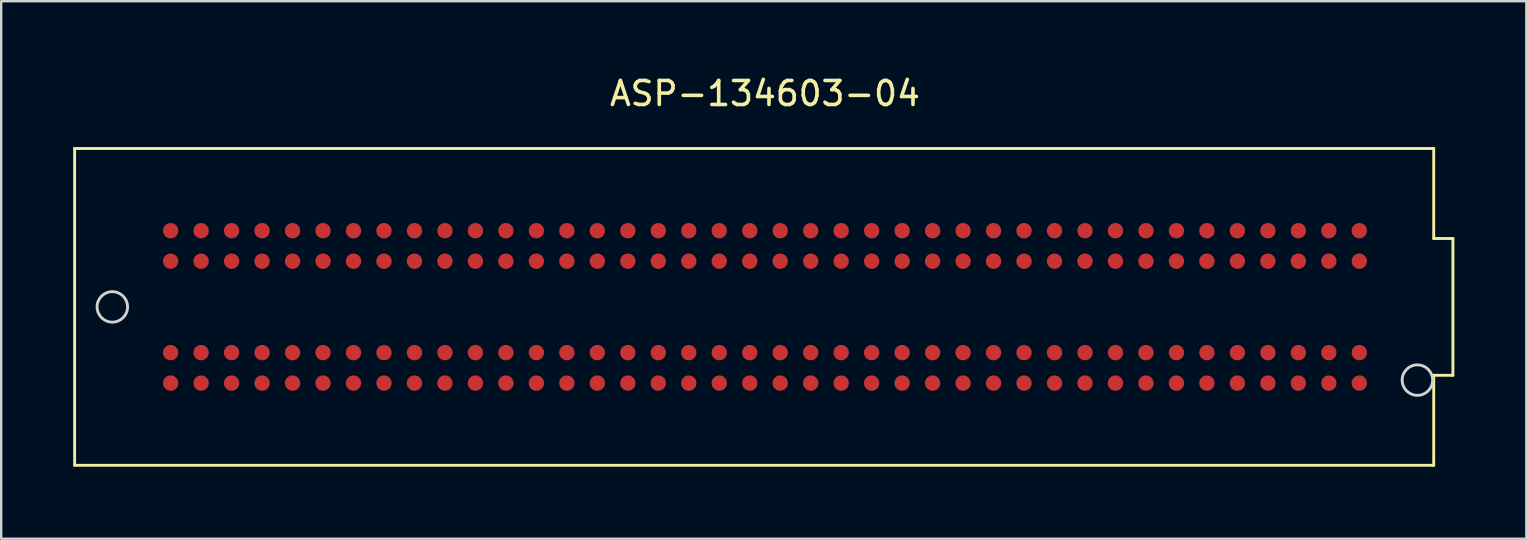
<source format=kicad_pcb>
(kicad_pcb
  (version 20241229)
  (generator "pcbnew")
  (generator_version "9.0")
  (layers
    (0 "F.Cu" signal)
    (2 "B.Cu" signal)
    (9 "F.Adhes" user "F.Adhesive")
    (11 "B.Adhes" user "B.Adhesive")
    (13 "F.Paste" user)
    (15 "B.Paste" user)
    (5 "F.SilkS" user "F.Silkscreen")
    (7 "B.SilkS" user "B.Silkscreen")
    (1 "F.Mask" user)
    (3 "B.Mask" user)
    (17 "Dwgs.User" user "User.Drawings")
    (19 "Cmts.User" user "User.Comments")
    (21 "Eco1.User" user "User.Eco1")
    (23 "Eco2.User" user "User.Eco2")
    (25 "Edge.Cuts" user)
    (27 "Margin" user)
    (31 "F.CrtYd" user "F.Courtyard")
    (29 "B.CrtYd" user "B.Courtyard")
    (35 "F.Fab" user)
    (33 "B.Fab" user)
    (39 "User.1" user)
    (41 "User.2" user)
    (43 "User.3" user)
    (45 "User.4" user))
  (footprint "ASP-134603-04"
    (layer "F.Cu")
    (at 28.825 9.738)
    (property "Reference" "ASP-134603-04" (at 0 -8.89 0) (layer "F.SilkS") (effects (font (size 1 1) (thickness 0.15))))
    (attr through_hole)
    (fp_line (start -28.765 -6.6) (end -28.765 6.6) (stroke (width 0.12) (type solid)) (layer "F.SilkS"))
    (fp_line (start -28.765 6.6) (end 27.865 6.6) (stroke (width 0.12) (type solid)) (layer "F.SilkS"))
    (fp_line (start 27.865 -6.6) (end -28.765 -6.6) (stroke (width 0.12) (type solid)) (layer "F.SilkS"))
    (fp_line (start 27.865 -2.85) (end 27.865 -6.6) (stroke (width 0.12) (type solid)) (layer "F.SilkS"))
    (fp_line (start 27.865 2.85) (end 28.665 2.85) (stroke (width 0.12) (type solid)) (layer "F.SilkS"))
    (fp_line (start 27.865 6.6) (end 27.865 2.85) (stroke (width 0.12) (type solid)) (layer "F.SilkS"))
    (fp_line (start 28.665 -2.85) (end 27.865 -2.85) (stroke (width 0.12) (type solid)) (layer "F.SilkS"))
    (fp_line (start 28.665 -2.85) (end 28.665 2.85) (stroke (width 0.12) (type solid)) (layer "F.SilkS"))
    (fp_circle (center -27.195 0) (end -26.56 0) (stroke (width 0.12) (type solid)) (fill no) (layer "Edge.Cuts"))
    (fp_circle (center 27.185 3.05) (end 27.82 3.05) (stroke (width 0.12) (type solid)) (fill no) (layer "Edge.Cuts"))
    (pad "C1" smd circle (at 24.765 -3.175) (size 0.64 0.64) (layers "F.Cu" "F.Mask" "F.Paste"))
    (pad "C2" smd circle (at 23.495 -3.175) (size 0.64 0.64) (layers "F.Cu" "F.Mask" "F.Paste"))
    (pad "C3" smd circle (at 22.225 -3.175) (size 0.64 0.64) (layers "F.Cu" "F.Mask" "F.Paste"))
    (pad "C4" smd circle (at 20.955 -3.175) (size 0.64 0.64) (layers "F.Cu" "F.Mask" "F.Paste"))
    (pad "C5" smd circle (at 19.685 -3.175) (size 0.64 0.64) (layers "F.Cu" "F.Mask" "F.Paste"))
    (pad "C6" smd circle (at 18.415 -3.175) (size 0.64 0.64) (layers "F.Cu" "F.Mask" "F.Paste"))
    (pad "C7" smd circle (at 17.145 -3.175) (size 0.64 0.64) (layers "F.Cu" "F.Mask" "F.Paste"))
    (pad "C8" smd circle (at 15.875 -3.175) (size 0.64 0.64) (layers "F.Cu" "F.Mask" "F.Paste"))
    (pad "C9" smd circle (at 14.605 -3.175) (size 0.64 0.64) (layers "F.Cu" "F.Mask" "F.Paste"))
    (pad "C10" smd circle (at 13.335 -3.175) (size 0.64 0.64) (layers "F.Cu" "F.Mask" "F.Paste"))
    (pad "C11" smd circle (at 12.065 -3.175) (size 0.64 0.64) (layers "F.Cu" "F.Mask" "F.Paste"))
    (pad "C12" smd circle (at 10.795 -3.175) (size 0.64 0.64) (layers "F.Cu" "F.Mask" "F.Paste"))
    (pad "C13" smd circle (at 9.525 -3.175) (size 0.64 0.64) (layers "F.Cu" "F.Mask" "F.Paste"))
    (pad "C14" smd circle (at 8.255 -3.175) (size 0.64 0.64) (layers "F.Cu" "F.Mask" "F.Paste"))
    (pad "C15" smd circle (at 6.985 -3.175) (size 0.64 0.64) (layers "F.Cu" "F.Mask" "F.Paste"))
    (pad "C16" smd circle (at 5.715 -3.175) (size 0.64 0.64) (layers "F.Cu" "F.Mask" "F.Paste"))
    (pad "C17" smd circle (at 4.445 -3.175) (size 0.64 0.64) (layers "F.Cu" "F.Mask" "F.Paste"))
    (pad "C18" smd circle (at 3.175 -3.175) (size 0.64 0.64) (layers "F.Cu" "F.Mask" "F.Paste"))
    (pad "C19" smd circle (at 1.905 -3.175) (size 0.64 0.64) (layers "F.Cu" "F.Mask" "F.Paste"))
    (pad "C20" smd circle (at 0.635 -3.175) (size 0.64 0.64) (layers "F.Cu" "F.Mask" "F.Paste"))
    (pad "C21" smd circle (at -0.635 -3.175) (size 0.64 0.64) (layers "F.Cu" "F.Mask" "F.Paste"))
    (pad "C22" smd circle (at -1.905 -3.175) (size 0.64 0.64) (layers "F.Cu" "F.Mask" "F.Paste"))
    (pad "C23" smd circle (at -3.175 -3.175) (size 0.64 0.64) (layers "F.Cu" "F.Mask" "F.Paste"))
    (pad "C24" smd circle (at -4.445 -3.175) (size 0.64 0.64) (layers "F.Cu" "F.Mask" "F.Paste"))
    (pad "C25" smd circle (at -5.715 -3.175) (size 0.64 0.64) (layers "F.Cu" "F.Mask" "F.Paste"))
    (pad "C26" smd circle (at -6.985 -3.175) (size 0.64 0.64) (layers "F.Cu" "F.Mask" "F.Paste"))
    (pad "C27" smd circle (at -8.255 -3.175) (size 0.64 0.64) (layers "F.Cu" "F.Mask" "F.Paste"))
    (pad "C28" smd circle (at -9.525 -3.175) (size 0.64 0.64) (layers "F.Cu" "F.Mask" "F.Paste"))
    (pad "C29" smd circle (at -10.795 -3.175) (size 0.64 0.64) (layers "F.Cu" "F.Mask" "F.Paste"))
    (pad "C30" smd circle (at -12.065 -3.175) (size 0.64 0.64) (layers "F.Cu" "F.Mask" "F.Paste"))
    (pad "C31" smd circle (at -13.335 -3.175) (size 0.64 0.64) (layers "F.Cu" "F.Mask" "F.Paste"))
    (pad "C32" smd circle (at -14.605 -3.175) (size 0.64 0.64) (layers "F.Cu" "F.Mask" "F.Paste"))
    (pad "C33" smd circle (at -15.875 -3.175) (size 0.64 0.64) (layers "F.Cu" "F.Mask" "F.Paste"))
    (pad "C34" smd circle (at -17.145 -3.175) (size 0.64 0.64) (layers "F.Cu" "F.Mask" "F.Paste"))
    (pad "C35" smd circle (at -18.415 -3.175) (size 0.64 0.64) (layers "F.Cu" "F.Mask" "F.Paste"))
    (pad "C36" smd circle (at -19.685 -3.175) (size 0.64 0.64) (layers "F.Cu" "F.Mask" "F.Paste"))
    (pad "C37" smd circle (at -20.955 -3.175) (size 0.64 0.64) (layers "F.Cu" "F.Mask" "F.Paste"))
    (pad "C38" smd circle (at -22.225 -3.175) (size 0.64 0.64) (layers "F.Cu" "F.Mask" "F.Paste"))
    (pad "C39" smd circle (at -23.495 -3.175) (size 0.64 0.64) (layers "F.Cu" "F.Mask" "F.Paste"))
    (pad "C40" smd circle (at -24.765 -3.175) (size 0.64 0.64) (layers "F.Cu" "F.Mask" "F.Paste"))
    (pad "D1" smd circle (at 24.765 -1.905) (size 0.64 0.64) (layers "F.Cu" "F.Mask" "F.Paste"))
    (pad "D2" smd circle (at 23.495 -1.905) (size 0.64 0.64) (layers "F.Cu" "F.Mask" "F.Paste"))
    (pad "D3" smd circle (at 22.225 -1.905) (size 0.64 0.64) (layers "F.Cu" "F.Mask" "F.Paste"))
    (pad "D4" smd circle (at 20.955 -1.905) (size 0.64 0.64) (layers "F.Cu" "F.Mask" "F.Paste"))
    (pad "D5" smd circle (at 19.685 -1.905) (size 0.64 0.64) (layers "F.Cu" "F.Mask" "F.Paste"))
    (pad "D6" smd circle (at 18.415 -1.905) (size 0.64 0.64) (layers "F.Cu" "F.Mask" "F.Paste"))
    (pad "D7" smd circle (at 17.145 -1.905) (size 0.64 0.64) (layers "F.Cu" "F.Mask" "F.Paste"))
    (pad "D8" smd circle (at 15.875 -1.905) (size 0.64 0.64) (layers "F.Cu" "F.Mask" "F.Paste"))
    (pad "D9" smd circle (at 14.605 -1.905) (size 0.64 0.64) (layers "F.Cu" "F.Mask" "F.Paste"))
    (pad "D10" smd circle (at 13.335 -1.905) (size 0.64 0.64) (layers "F.Cu" "F.Mask" "F.Paste"))
    (pad "D11" smd circle (at 12.065 -1.905) (size 0.64 0.64) (layers "F.Cu" "F.Mask" "F.Paste"))
    (pad "D12" smd circle (at 10.795 -1.905) (size 0.64 0.64) (layers "F.Cu" "F.Mask" "F.Paste"))
    (pad "D13" smd circle (at 9.525 -1.905) (size 0.64 0.64) (layers "F.Cu" "F.Mask" "F.Paste"))
    (pad "D14" smd circle (at 8.255 -1.905) (size 0.64 0.64) (layers "F.Cu" "F.Mask" "F.Paste"))
    (pad "D15" smd circle (at 6.985 -1.905) (size 0.64 0.64) (layers "F.Cu" "F.Mask" "F.Paste"))
    (pad "D16" smd circle (at 5.715 -1.905) (size 0.64 0.64) (layers "F.Cu" "F.Mask" "F.Paste"))
    (pad "D17" smd circle (at 4.445 -1.905) (size 0.64 0.64) (layers "F.Cu" "F.Mask" "F.Paste"))
    (pad "D18" smd circle (at 3.175 -1.905) (size 0.64 0.64) (layers "F.Cu" "F.Mask" "F.Paste"))
    (pad "D19" smd circle (at 1.905 -1.905) (size 0.64 0.64) (layers "F.Cu" "F.Mask" "F.Paste"))
    (pad "D20" smd circle (at 0.635 -1.905) (size 0.64 0.64) (layers "F.Cu" "F.Mask" "F.Paste"))
    (pad "D21" smd circle (at -0.635 -1.905) (size 0.64 0.64) (layers "F.Cu" "F.Mask" "F.Paste"))
    (pad "D22" smd circle (at -1.905 -1.905) (size 0.64 0.64) (layers "F.Cu" "F.Mask" "F.Paste"))
    (pad "D23" smd circle (at -3.175 -1.905) (size 0.64 0.64) (layers "F.Cu" "F.Mask" "F.Paste"))
    (pad "D24" smd circle (at -4.445 -1.905) (size 0.64 0.64) (layers "F.Cu" "F.Mask" "F.Paste"))
    (pad "D25" smd circle (at -5.715 -1.905) (size 0.64 0.64) (layers "F.Cu" "F.Mask" "F.Paste"))
    (pad "D26" smd circle (at -6.985 -1.905) (size 0.64 0.64) (layers "F.Cu" "F.Mask" "F.Paste"))
    (pad "D27" smd circle (at -8.255 -1.905) (size 0.64 0.64) (layers "F.Cu" "F.Mask" "F.Paste"))
    (pad "D28" smd circle (at -9.525 -1.905) (size 0.64 0.64) (layers "F.Cu" "F.Mask" "F.Paste"))
    (pad "D29" smd circle (at -10.795 -1.905) (size 0.64 0.64) (layers "F.Cu" "F.Mask" "F.Paste"))
    (pad "D30" smd circle (at -12.065 -1.905) (size 0.64 0.64) (layers "F.Cu" "F.Mask" "F.Paste"))
    (pad "D31" smd circle (at -13.335 -1.905) (size 0.64 0.64) (layers "F.Cu" "F.Mask" "F.Paste"))
    (pad "D32" smd circle (at -14.605 -1.905) (size 0.64 0.64) (layers "F.Cu" "F.Mask" "F.Paste"))
    (pad "D33" smd circle (at -15.875 -1.905) (size 0.64 0.64) (layers "F.Cu" "F.Mask" "F.Paste"))
    (pad "D34" smd circle (at -17.145 -1.905) (size 0.64 0.64) (layers "F.Cu" "F.Mask" "F.Paste"))
    (pad "D35" smd circle (at -18.415 -1.905) (size 0.64 0.64) (layers "F.Cu" "F.Mask" "F.Paste"))
    (pad "D36" smd circle (at -19.685 -1.905) (size 0.64 0.64) (layers "F.Cu" "F.Mask" "F.Paste"))
    (pad "D37" smd circle (at -20.955 -1.905) (size 0.64 0.64) (layers "F.Cu" "F.Mask" "F.Paste"))
    (pad "D38" smd circle (at -22.225 -1.905) (size 0.64 0.64) (layers "F.Cu" "F.Mask" "F.Paste"))
    (pad "D39" smd circle (at -23.495 -1.905) (size 0.64 0.64) (layers "F.Cu" "F.Mask" "F.Paste"))
    (pad "D40" smd circle (at -24.765 -1.905) (size 0.64 0.64) (layers "F.Cu" "F.Mask" "F.Paste"))
    (pad "G1" smd circle (at 24.765 1.905) (size 0.64 0.64) (layers "F.Cu" "F.Mask" "F.Paste"))
    (pad "G2" smd circle (at 23.495 1.905) (size 0.64 0.64) (layers "F.Cu" "F.Mask" "F.Paste"))
    (pad "G3" smd circle (at 22.225 1.905) (size 0.64 0.64) (layers "F.Cu" "F.Mask" "F.Paste"))
    (pad "G4" smd circle (at 20.955 1.905) (size 0.64 0.64) (layers "F.Cu" "F.Mask" "F.Paste"))
    (pad "G5" smd circle (at 19.685 1.905) (size 0.64 0.64) (layers "F.Cu" "F.Mask" "F.Paste"))
    (pad "G6" smd circle (at 18.415 1.905) (size 0.64 0.64) (layers "F.Cu" "F.Mask" "F.Paste"))
    (pad "G7" smd circle (at 17.145 1.905) (size 0.64 0.64) (layers "F.Cu" "F.Mask" "F.Paste"))
    (pad "G8" smd circle (at 15.875 1.905) (size 0.64 0.64) (layers "F.Cu" "F.Mask" "F.Paste"))
    (pad "G9" smd circle (at 14.605 1.905) (size 0.64 0.64) (layers "F.Cu" "F.Mask" "F.Paste"))
    (pad "G10" smd circle (at 13.335 1.905) (size 0.64 0.64) (layers "F.Cu" "F.Mask" "F.Paste"))
    (pad "G11" smd circle (at 12.065 1.905) (size 0.64 0.64) (layers "F.Cu" "F.Mask" "F.Paste"))
    (pad "G12" smd circle (at 10.795 1.905) (size 0.64 0.64) (layers "F.Cu" "F.Mask" "F.Paste"))
    (pad "G13" smd circle (at 9.525 1.905) (size 0.64 0.64) (layers "F.Cu" "F.Mask" "F.Paste"))
    (pad "G14" smd circle (at 8.255 1.905) (size 0.64 0.64) (layers "F.Cu" "F.Mask" "F.Paste"))
    (pad "G15" smd circle (at 6.985 1.905) (size 0.64 0.64) (layers "F.Cu" "F.Mask" "F.Paste"))
    (pad "G16" smd circle (at 5.715 1.905) (size 0.64 0.64) (layers "F.Cu" "F.Mask" "F.Paste"))
    (pad "G17" smd circle (at 4.445 1.905) (size 0.64 0.64) (layers "F.Cu" "F.Mask" "F.Paste"))
    (pad "G18" smd circle (at 3.175 1.905) (size 0.64 0.64) (layers "F.Cu" "F.Mask" "F.Paste"))
    (pad "G19" smd circle (at 1.905 1.905) (size 0.64 0.64) (layers "F.Cu" "F.Mask" "F.Paste"))
    (pad "G20" smd circle (at 0.635 1.905) (size 0.64 0.64) (layers "F.Cu" "F.Mask" "F.Paste"))
    (pad "G21" smd circle (at -0.635 1.905) (size 0.64 0.64) (layers "F.Cu" "F.Mask" "F.Paste"))
    (pad "G22" smd circle (at -1.905 1.905) (size 0.64 0.64) (layers "F.Cu" "F.Mask" "F.Paste"))
    (pad "G23" smd circle (at -3.175 1.905) (size 0.64 0.64) (layers "F.Cu" "F.Mask" "F.Paste"))
    (pad "G24" smd circle (at -4.445 1.905) (size 0.64 0.64) (layers "F.Cu" "F.Mask" "F.Paste"))
    (pad "G25" smd circle (at -5.715 1.905) (size 0.64 0.64) (layers "F.Cu" "F.Mask" "F.Paste"))
    (pad "G26" smd circle (at -6.985 1.905) (size 0.64 0.64) (layers "F.Cu" "F.Mask" "F.Paste"))
    (pad "G27" smd circle (at -8.255 1.905) (size 0.64 0.64) (layers "F.Cu" "F.Mask" "F.Paste"))
    (pad "G28" smd circle (at -9.525 1.905) (size 0.64 0.64) (layers "F.Cu" "F.Mask" "F.Paste"))
    (pad "G29" smd circle (at -10.795 1.905) (size 0.64 0.64) (layers "F.Cu" "F.Mask" "F.Paste"))
    (pad "G30" smd circle (at -12.065 1.905) (size 0.64 0.64) (layers "F.Cu" "F.Mask" "F.Paste"))
    (pad "G31" smd circle (at -13.335 1.905) (size 0.64 0.64) (layers "F.Cu" "F.Mask" "F.Paste"))
    (pad "G32" smd circle (at -14.605 1.905) (size 0.64 0.64) (layers "F.Cu" "F.Mask" "F.Paste"))
    (pad "G33" smd circle (at -15.875 1.905) (size 0.64 0.64) (layers "F.Cu" "F.Mask" "F.Paste"))
    (pad "G34" smd circle (at -17.145 1.905) (size 0.64 0.64) (layers "F.Cu" "F.Mask" "F.Paste"))
    (pad "G35" smd circle (at -18.415 1.905) (size 0.64 0.64) (layers "F.Cu" "F.Mask" "F.Paste"))
    (pad "G36" smd circle (at -19.685 1.905) (size 0.64 0.64) (layers "F.Cu" "F.Mask" "F.Paste"))
    (pad "G37" smd circle (at -20.955 1.905) (size 0.64 0.64) (layers "F.Cu" "F.Mask" "F.Paste"))
    (pad "G38" smd circle (at -22.225 1.905) (size 0.64 0.64) (layers "F.Cu" "F.Mask" "F.Paste"))
    (pad "G39" smd circle (at -23.495 1.905) (size 0.64 0.64) (layers "F.Cu" "F.Mask" "F.Paste"))
    (pad "G40" smd circle (at -24.765 1.905) (size 0.64 0.64) (layers "F.Cu" "F.Mask" "F.Paste"))
    (pad "H1" smd circle (at 24.765 3.175) (size 0.64 0.64) (layers "F.Cu" "F.Mask" "F.Paste"))
    (pad "H2" smd circle (at 23.495 3.175) (size 0.64 0.64) (layers "F.Cu" "F.Mask" "F.Paste"))
    (pad "H3" smd circle (at 22.225 3.175) (size 0.64 0.64) (layers "F.Cu" "F.Mask" "F.Paste"))
    (pad "H4" smd circle (at 20.955 3.175) (size 0.64 0.64) (layers "F.Cu" "F.Mask" "F.Paste"))
    (pad "H5" smd circle (at 19.685 3.175) (size 0.64 0.64) (layers "F.Cu" "F.Mask" "F.Paste"))
    (pad "H6" smd circle (at 18.415 3.175) (size 0.64 0.64) (layers "F.Cu" "F.Mask" "F.Paste"))
    (pad "H7" smd circle (at 17.145 3.175) (size 0.64 0.64) (layers "F.Cu" "F.Mask" "F.Paste"))
    (pad "H8" smd circle (at 15.875 3.175) (size 0.64 0.64) (layers "F.Cu" "F.Mask" "F.Paste"))
    (pad "H9" smd circle (at 14.605 3.175) (size 0.64 0.64) (layers "F.Cu" "F.Mask" "F.Paste"))
    (pad "H10" smd circle (at 13.335 3.175) (size 0.64 0.64) (layers "F.Cu" "F.Mask" "F.Paste"))
    (pad "H11" smd circle (at 12.065 3.175) (size 0.64 0.64) (layers "F.Cu" "F.Mask" "F.Paste"))
    (pad "H12" smd circle (at 10.795 3.175) (size 0.64 0.64) (layers "F.Cu" "F.Mask" "F.Paste"))
    (pad "H13" smd circle (at 9.525 3.175) (size 0.64 0.64) (layers "F.Cu" "F.Mask" "F.Paste"))
    (pad "H14" smd circle (at 8.255 3.175) (size 0.64 0.64) (layers "F.Cu" "F.Mask" "F.Paste"))
    (pad "H15" smd circle (at 6.985 3.175) (size 0.64 0.64) (layers "F.Cu" "F.Mask" "F.Paste"))
    (pad "H16" smd circle (at 5.715 3.175) (size 0.64 0.64) (layers "F.Cu" "F.Mask" "F.Paste"))
    (pad "H17" smd circle (at 4.445 3.175) (size 0.64 0.64) (layers "F.Cu" "F.Mask" "F.Paste"))
    (pad "H18" smd circle (at 3.175 3.175) (size 0.64 0.64) (layers "F.Cu" "F.Mask" "F.Paste"))
    (pad "H19" smd circle (at 1.905 3.175) (size 0.64 0.64) (layers "F.Cu" "F.Mask" "F.Paste"))
    (pad "H20" smd circle (at 0.635 3.175) (size 0.64 0.64) (layers "F.Cu" "F.Mask" "F.Paste"))
    (pad "H21" smd circle (at -0.635 3.175) (size 0.64 0.64) (layers "F.Cu" "F.Mask" "F.Paste"))
    (pad "H22" smd circle (at -1.905 3.175) (size 0.64 0.64) (layers "F.Cu" "F.Mask" "F.Paste"))
    (pad "H23" smd circle (at -3.175 3.175) (size 0.64 0.64) (layers "F.Cu" "F.Mask" "F.Paste"))
    (pad "H24" smd circle (at -4.445 3.175) (size 0.64 0.64) (layers "F.Cu" "F.Mask" "F.Paste"))
    (pad "H25" smd circle (at -5.715 3.175) (size 0.64 0.64) (layers "F.Cu" "F.Mask" "F.Paste"))
    (pad "H26" smd circle (at -6.985 3.175) (size 0.64 0.64) (layers "F.Cu" "F.Mask" "F.Paste"))
    (pad "H27" smd circle (at -8.255 3.175) (size 0.64 0.64) (layers "F.Cu" "F.Mask" "F.Paste"))
    (pad "H28" smd circle (at -9.525 3.175) (size 0.64 0.64) (layers "F.Cu" "F.Mask" "F.Paste"))
    (pad "H29" smd circle (at -10.795 3.175) (size 0.64 0.64) (layers "F.Cu" "F.Mask" "F.Paste"))
    (pad "H30" smd circle (at -12.065 3.175) (size 0.64 0.64) (layers "F.Cu" "F.Mask" "F.Paste"))
    (pad "H31" smd circle (at -13.335 3.175) (size 0.64 0.64) (layers "F.Cu" "F.Mask" "F.Paste"))
    (pad "H32" smd circle (at -14.605 3.175) (size 0.64 0.64) (layers "F.Cu" "F.Mask" "F.Paste"))
    (pad "H33" smd circle (at -15.875 3.175) (size 0.64 0.64) (layers "F.Cu" "F.Mask" "F.Paste"))
    (pad "H34" smd circle (at -17.145 3.175) (size 0.64 0.64) (layers "F.Cu" "F.Mask" "F.Paste"))
    (pad "H35" smd circle (at -18.415 3.175) (size 0.64 0.64) (layers "F.Cu" "F.Mask" "F.Paste"))
    (pad "H36" smd circle (at -19.685 3.175) (size 0.64 0.64) (layers "F.Cu" "F.Mask" "F.Paste"))
    (pad "H37" smd circle (at -20.955 3.175) (size 0.64 0.64) (layers "F.Cu" "F.Mask" "F.Paste"))
    (pad "H38" smd circle (at -22.225 3.175) (size 0.64 0.64) (layers "F.Cu" "F.Mask" "F.Paste"))
    (pad "H39" smd circle (at -23.495 3.175) (size 0.64 0.64) (layers "F.Cu" "F.Mask" "F.Paste"))
    (pad "H40" smd circle (at -24.765 3.175) (size 0.64 0.64) (layers "F.Cu" "F.Mask" "F.Paste")))
  (gr_rect
    (start -3 -3)
    (end 60.55 19.398)
    (stroke (width 0.1) (type default))
    (fill no)
    (layer "Edge.Cuts")))
</source>
